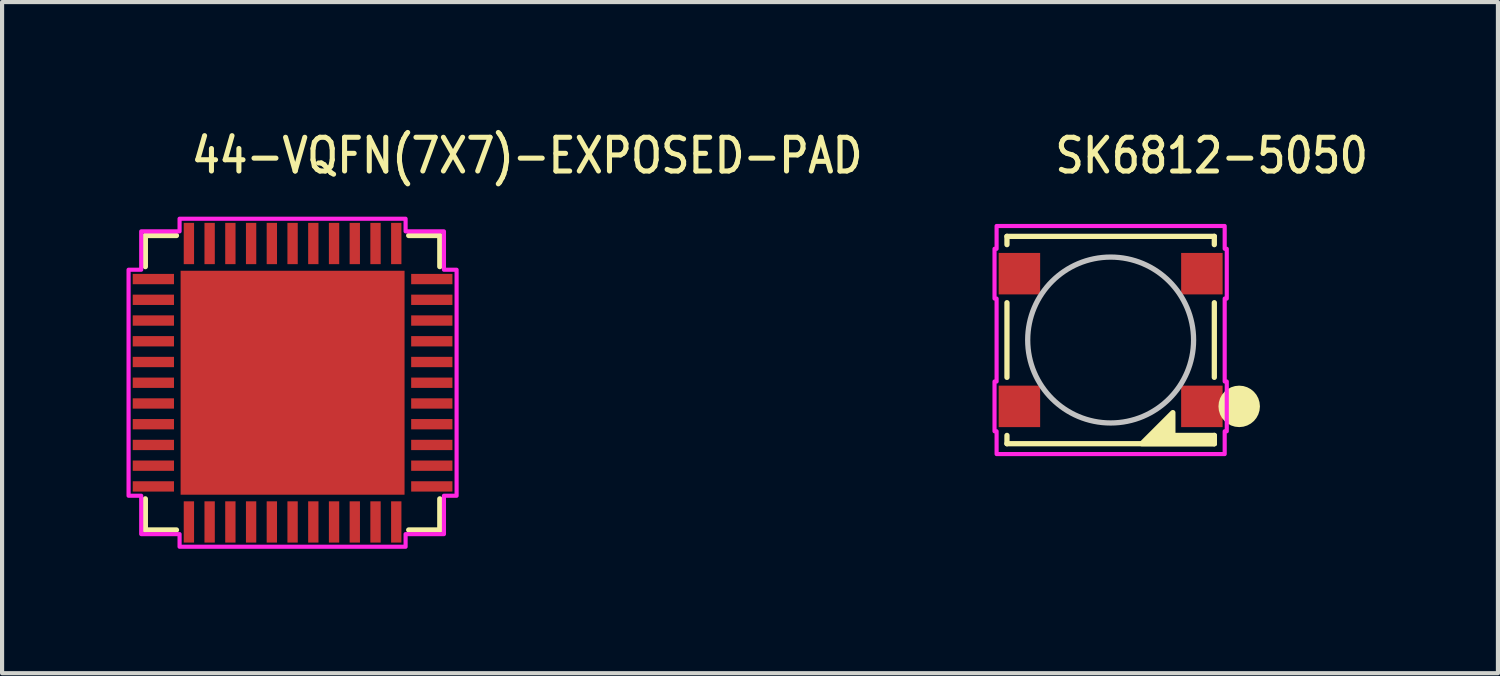
<source format=kicad_pcb>
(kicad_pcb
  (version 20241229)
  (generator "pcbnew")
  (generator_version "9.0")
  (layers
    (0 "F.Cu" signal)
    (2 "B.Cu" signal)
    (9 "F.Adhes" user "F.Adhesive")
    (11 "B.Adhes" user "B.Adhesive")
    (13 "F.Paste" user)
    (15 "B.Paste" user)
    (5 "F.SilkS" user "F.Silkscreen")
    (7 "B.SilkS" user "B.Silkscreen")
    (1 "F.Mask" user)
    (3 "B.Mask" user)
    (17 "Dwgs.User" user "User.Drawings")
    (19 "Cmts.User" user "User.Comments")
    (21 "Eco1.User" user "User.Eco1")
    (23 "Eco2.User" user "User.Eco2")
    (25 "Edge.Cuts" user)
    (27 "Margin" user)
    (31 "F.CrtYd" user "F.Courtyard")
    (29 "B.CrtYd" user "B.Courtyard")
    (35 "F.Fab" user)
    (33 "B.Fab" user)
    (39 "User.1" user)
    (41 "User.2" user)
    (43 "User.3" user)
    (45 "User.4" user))
  (footprint "44-VQFN(7X7)-EXPOSED-PAD"
    (layer "F.Cu")
    (at 4.005 6.179)
    (property "Reference" "44-VQFN(7X7)-EXPOSED-PAD" (at -2.5 -5 0) (unlocked yes) (layer "F.SilkS") (effects (font (size 0.813 0.695) (thickness 0.122)) (justify left bottom)))
    (fp_line (start -3.55 -3.55) (end -3.55 -2.8) (stroke (width 0.127) (type solid)) (layer "F.SilkS"))
    (fp_line (start -3.55 2.8) (end -3.55 3.55) (stroke (width 0.127) (type solid)) (layer "F.SilkS"))
    (fp_line (start -3.55 3.55) (end -2.8 3.55) (stroke (width 0.127) (type solid)) (layer "F.SilkS"))
    (fp_line (start -2.8 -3.55) (end -3.55 -3.55) (stroke (width 0.127) (type solid)) (layer "F.SilkS"))
    (fp_line (start 2.8 3.55) (end 3.55 3.55) (stroke (width 0.127) (type solid)) (layer "F.SilkS"))
    (fp_line (start 3.55 -3.55) (end 2.8 -3.55) (stroke (width 0.127) (type solid)) (layer "F.SilkS"))
    (fp_line (start 3.55 -2.8) (end 3.55 -3.55) (stroke (width 0.127) (type solid)) (layer "F.SilkS"))
    (fp_line (start 3.55 3.55) (end 3.55 2.8) (stroke (width 0.127) (type solid)) (layer "F.SilkS"))
    (fp_poly (pts (xy -2.55 -2.55) (xy -2.55 -1.5) (xy -1.5 -1.5) (xy -1.5 -2.55)) (stroke (width 0.025) (type solid)) (fill yes) (layer "F.Paste"))
    (fp_poly (pts (xy -2.55 -1.2) (xy -2.55 -0.15) (xy -1.5 -0.15) (xy -1.5 -1.2)) (stroke (width 0.025) (type solid)) (fill yes) (layer "F.Paste"))
    (fp_poly (pts (xy -2.55 0.15) (xy -2.55 1.2) (xy -1.5 1.2) (xy -1.5 0.15)) (stroke (width 0.025) (type solid)) (fill yes) (layer "F.Paste"))
    (fp_poly (pts (xy -2.55 1.5) (xy -2.55 2.55) (xy -1.5 2.55) (xy -1.5 1.5)) (stroke (width 0.025) (type solid)) (fill yes) (layer "F.Paste"))
    (fp_poly (pts (xy -1.2 -2.55) (xy -1.2 -1.5) (xy -0.15 -1.5) (xy -0.15 -2.55)) (stroke (width 0.025) (type solid)) (fill yes) (layer "F.Paste"))
    (fp_poly (pts (xy -1.2 -1.2) (xy -1.2 -0.15) (xy -0.15 -0.15) (xy -0.15 -1.2)) (stroke (width 0.025) (type solid)) (fill yes) (layer "F.Paste"))
    (fp_poly (pts (xy -1.2 0.15) (xy -1.2 1.2) (xy -0.15 1.2) (xy -0.15 0.15)) (stroke (width 0.025) (type solid)) (fill yes) (layer "F.Paste"))
    (fp_poly (pts (xy -1.2 1.5) (xy -1.2 2.55) (xy -0.15 2.55) (xy -0.15 1.5)) (stroke (width 0.025) (type solid)) (fill yes) (layer "F.Paste"))
    (fp_poly (pts (xy 0.15 -2.55) (xy 0.15 -1.5) (xy 1.2 -1.5) (xy 1.2 -2.55)) (stroke (width 0.025) (type solid)) (fill yes) (layer "F.Paste"))
    (fp_poly (pts (xy 0.15 -1.2) (xy 0.15 -0.15) (xy 1.2 -0.15) (xy 1.2 -1.2)) (stroke (width 0.025) (type solid)) (fill yes) (layer "F.Paste"))
    (fp_poly (pts (xy 0.15 0.15) (xy 0.15 1.2) (xy 1.2 1.2) (xy 1.2 0.15)) (stroke (width 0.025) (type solid)) (fill yes) (layer "F.Paste"))
    (fp_poly (pts (xy 0.15 1.5) (xy 0.15 2.55) (xy 1.2 2.55) (xy 1.2 1.5)) (stroke (width 0.025) (type solid)) (fill yes) (layer "F.Paste"))
    (fp_poly (pts (xy 1.5 -2.55) (xy 1.5 -1.5) (xy 2.55 -1.5) (xy 2.55 -2.55)) (stroke (width 0.025) (type solid)) (fill yes) (layer "F.Paste"))
    (fp_poly (pts (xy 1.5 -1.2) (xy 1.5 -0.15) (xy 2.55 -0.15) (xy 2.55 -1.2)) (stroke (width 0.025) (type solid)) (fill yes) (layer "F.Paste"))
    (fp_poly (pts (xy 1.5 0.15) (xy 1.5 1.2) (xy 2.55 1.2) (xy 2.55 0.15)) (stroke (width 0.025) (type solid)) (fill yes) (layer "F.Paste"))
    (fp_poly (pts (xy 1.5 1.5) (xy 1.5 2.55) (xy 2.55 2.55) (xy 2.55 1.5)) (stroke (width 0.025) (type solid)) (fill yes) (layer "F.Paste"))
    (fp_poly (pts (xy -3.65 -3.65) (xy -2.725 -3.65) (xy -2.725 -3.955) (xy 2.725 -3.955) (xy 2.725 -3.65) (xy 3.65 -3.65) (xy 3.65 -2.725) (xy 3.955 -2.725) (xy 3.955 2.725) (xy 3.65 2.725) (xy 3.65 3.65) (xy 2.725 3.65) (xy 2.725 3.955) (xy -2.725 3.955) (xy -2.725 3.65) (xy -3.65 3.65) (xy -3.65 2.725) (xy -3.955 2.725) (xy -3.955 -2.725) (xy -3.65 -2.725)) (stroke (width 0.1) (type solid)) (fill no) (layer "F.CrtYd"))
    (pad "1" smd rect (at -3.357 -2.5 270) (size 0.249 0.995) (layers "F.Cu" "F.Mask" "F.Paste"))
    (pad "2" smd rect (at -3.357 -2 270) (size 0.249 0.995) (layers "F.Cu" "F.Mask" "F.Paste"))
    (pad "3" smd rect (at -3.357 -1.5 270) (size 0.249 0.995) (layers "F.Cu" "F.Mask" "F.Paste"))
    (pad "4" smd rect (at -3.357 -1 270) (size 0.249 0.995) (layers "F.Cu" "F.Mask" "F.Paste"))
    (pad "5" smd rect (at -3.357 -0.5 270) (size 0.249 0.995) (layers "F.Cu" "F.Mask" "F.Paste"))
    (pad "6" smd rect (at -3.357 0 270) (size 0.249 0.995) (layers "F.Cu" "F.Mask" "F.Paste"))
    (pad "7" smd rect (at -3.357 0.5 270) (size 0.249 0.995) (layers "F.Cu" "F.Mask" "F.Paste"))
    (pad "8" smd rect (at -3.357 1 270) (size 0.249 0.995) (layers "F.Cu" "F.Mask" "F.Paste"))
    (pad "9" smd rect (at -3.357 1.5 270) (size 0.249 0.995) (layers "F.Cu" "F.Mask" "F.Paste"))
    (pad "10" smd rect (at -3.357 2 270) (size 0.249 0.995) (layers "F.Cu" "F.Mask" "F.Paste"))
    (pad "11" smd rect (at -3.357 2.5 270) (size 0.249 0.995) (layers "F.Cu" "F.Mask" "F.Paste"))
    (pad "12" smd rect (at -2.5 3.357 180) (size 0.249 0.995) (layers "F.Cu" "F.Mask" "F.Paste"))
    (pad "13" smd rect (at -2 3.357 180) (size 0.249 0.995) (layers "F.Cu" "F.Mask" "F.Paste"))
    (pad "14" smd rect (at -1.5 3.357 180) (size 0.249 0.995) (layers "F.Cu" "F.Mask" "F.Paste"))
    (pad "15" smd rect (at -1 3.357 180) (size 0.249 0.995) (layers "F.Cu" "F.Mask" "F.Paste"))
    (pad "16" smd rect (at -0.5 3.357 180) (size 0.249 0.995) (layers "F.Cu" "F.Mask" "F.Paste"))
    (pad "17" smd rect (at 0 3.357 180) (size 0.249 0.995) (layers "F.Cu" "F.Mask" "F.Paste"))
    (pad "18" smd rect (at 0.5 3.357 180) (size 0.249 0.995) (layers "F.Cu" "F.Mask" "F.Paste"))
    (pad "19" smd rect (at 1 3.357 180) (size 0.249 0.995) (layers "F.Cu" "F.Mask" "F.Paste"))
    (pad "20" smd rect (at 1.5 3.357 180) (size 0.249 0.995) (layers "F.Cu" "F.Mask" "F.Paste"))
    (pad "21" smd rect (at 2 3.357 180) (size 0.249 0.995) (layers "F.Cu" "F.Mask" "F.Paste"))
    (pad "22" smd rect (at 2.5 3.357 180) (size 0.249 0.995) (layers "F.Cu" "F.Mask" "F.Paste"))
    (pad "23" smd rect (at 3.357 2.5 270) (size 0.249 0.995) (layers "F.Cu" "F.Mask" "F.Paste"))
    (pad "24" smd rect (at 3.357 2 270) (size 0.249 0.995) (layers "F.Cu" "F.Mask" "F.Paste"))
    (pad "25" smd rect (at 3.357 1.5 270) (size 0.249 0.995) (layers "F.Cu" "F.Mask" "F.Paste"))
    (pad "26" smd rect (at 3.357 1 270) (size 0.249 0.995) (layers "F.Cu" "F.Mask" "F.Paste"))
    (pad "27" smd rect (at 3.357 0.5 270) (size 0.249 0.995) (layers "F.Cu" "F.Mask" "F.Paste"))
    (pad "28" smd rect (at 3.357 0 270) (size 0.249 0.995) (layers "F.Cu" "F.Mask" "F.Paste"))
    (pad "29" smd rect (at 3.357 -0.5 270) (size 0.249 0.995) (layers "F.Cu" "F.Mask" "F.Paste"))
    (pad "30" smd rect (at 3.357 -1 270) (size 0.249 0.995) (layers "F.Cu" "F.Mask" "F.Paste"))
    (pad "31" smd rect (at 3.357 -1.5 270) (size 0.249 0.995) (layers "F.Cu" "F.Mask" "F.Paste"))
    (pad "32" smd rect (at 3.357 -2 270) (size 0.249 0.995) (layers "F.Cu" "F.Mask" "F.Paste"))
    (pad "33" smd rect (at 3.357 -2.5 270) (size 0.249 0.995) (layers "F.Cu" "F.Mask" "F.Paste"))
    (pad "34" smd rect (at 2.5 -3.357 180) (size 0.249 0.995) (layers "F.Cu" "F.Mask" "F.Paste"))
    (pad "35" smd rect (at 2 -3.357 180) (size 0.249 0.995) (layers "F.Cu" "F.Mask" "F.Paste"))
    (pad "36" smd rect (at 1.5 -3.357 180) (size 0.249 0.995) (layers "F.Cu" "F.Mask" "F.Paste"))
    (pad "37" smd rect (at 1 -3.357 180) (size 0.249 0.995) (layers "F.Cu" "F.Mask" "F.Paste"))
    (pad "38" smd rect (at 0.5 -3.357 180) (size 0.249 0.995) (layers "F.Cu" "F.Mask" "F.Paste"))
    (pad "39" smd rect (at 0 -3.357 180) (size 0.249 0.995) (layers "F.Cu" "F.Mask" "F.Paste"))
    (pad "40" smd rect (at -0.5 -3.357 180) (size 0.249 0.995) (layers "F.Cu" "F.Mask" "F.Paste"))
    (pad "41" smd rect (at -1 -3.357 180) (size 0.249 0.995) (layers "F.Cu" "F.Mask" "F.Paste"))
    (pad "42" smd rect (at -1.5 -3.357 180) (size 0.249 0.995) (layers "F.Cu" "F.Mask" "F.Paste"))
    (pad "43" smd rect (at -2 -3.357 180) (size 0.249 0.995) (layers "F.Cu" "F.Mask" "F.Paste"))
    (pad "44" smd rect (at -2.5 -3.357 180) (size 0.249 0.995) (layers "F.Cu" "F.Mask" "F.Paste"))
    (pad "45" smd rect (at 0 0) (size 5.4 5.4) (layers "F.Cu" "F.Mask")))
  (footprint "SK6812-5050"
    (layer "F.Cu")
    (at 23.731 5.149)
    (property "Reference" "SK6812-5050" (at -1.4 -3.97 0) (unlocked yes) (layer "F.SilkS") (effects (font (size 0.813 0.695) (thickness 0.122)) (justify left bottom)))
    (fp_line (start -2.5 -2.5) (end -2.5 -2.3) (stroke (width 0.127) (type solid)) (layer "F.SilkS"))
    (fp_line (start -2.5 -2.5) (end 2.5 -2.5) (stroke (width 0.127) (type solid)) (layer "F.SilkS"))
    (fp_line (start -2.5 -0.9) (end -2.5 0.9) (stroke (width 0.127) (type solid)) (layer "F.SilkS"))
    (fp_line (start -2.5 2.5) (end -2.5 2.3) (stroke (width 0.127) (type solid)) (layer "F.SilkS"))
    (fp_line (start 2.5 -2.5) (end 2.5 -2.3) (stroke (width 0.127) (type solid)) (layer "F.SilkS"))
    (fp_line (start 2.5 -0.9) (end 2.5 0.9) (stroke (width 0.127) (type solid)) (layer "F.SilkS"))
    (fp_line (start 2.5 2.5) (end -2.5 2.5) (stroke (width 0.127) (type solid)) (layer "F.SilkS"))
    (fp_line (start 2.5 2.5) (end 2.5 2.3) (stroke (width 0.127) (type solid)) (layer "F.SilkS"))
    (fp_circle (center 3.1 1.6) (end 3.1 1.6) (stroke (width 0.5) (type solid)) (fill no) (layer "F.SilkS"))
    (fp_poly (pts (xy 0.75 2.5) (xy 1.5 1.75) (xy 1.5 2.3) (xy 2.5 2.3) (xy 2.5 2.5)) (stroke (width 0.127) (type solid)) (fill yes) (layer "F.SilkS"))
    (fp_circle (center 0 0) (end 2 0) (stroke (width 0.127) (type solid)) (fill no) (layer "Dwgs.User"))
    (fp_poly (pts (xy -2.75 -2.75) (xy 2.75 -2.75) (xy 2.75 -2.2) (xy 2.8 -2.2) (xy 2.8 -1) (xy 2.75 -1) (xy 2.75 1) (xy 2.8 1) (xy 2.8 2.2) (xy 2.75 2.2) (xy 2.75 2.75) (xy -2.75 2.75) (xy -2.75 2.2) (xy -2.8 2.2) (xy -2.8 1) (xy -2.75 1) (xy -2.75 -1) (xy -2.8 -1) (xy -2.8 -2.2) (xy -2.75 -2.2)) (stroke (width 0.1) (type solid)) (fill no) (layer "F.CrtYd"))
    (pad "P$1" smd rect (at 2.2 1.6) (size 1 1) (layers "F.Cu" "F.Mask" "F.Paste"))
    (pad "P$2" smd rect (at 2.2 -1.6) (size 1 1) (layers "F.Cu" "F.Mask" "F.Paste"))
    (pad "P$3" smd rect (at -2.2 -1.6) (size 1 1) (layers "F.Cu" "F.Mask" "F.Paste"))
    (pad "P$4" smd rect (at -2.2 1.6) (size 1 1) (layers "F.Cu" "F.Mask" "F.Paste")))
  (gr_rect
    (start -3 -3)
    (end 33.07 13.183)
    (stroke (width 0.1) (type default))
    (fill no)
    (layer "Edge.Cuts")))
</source>
